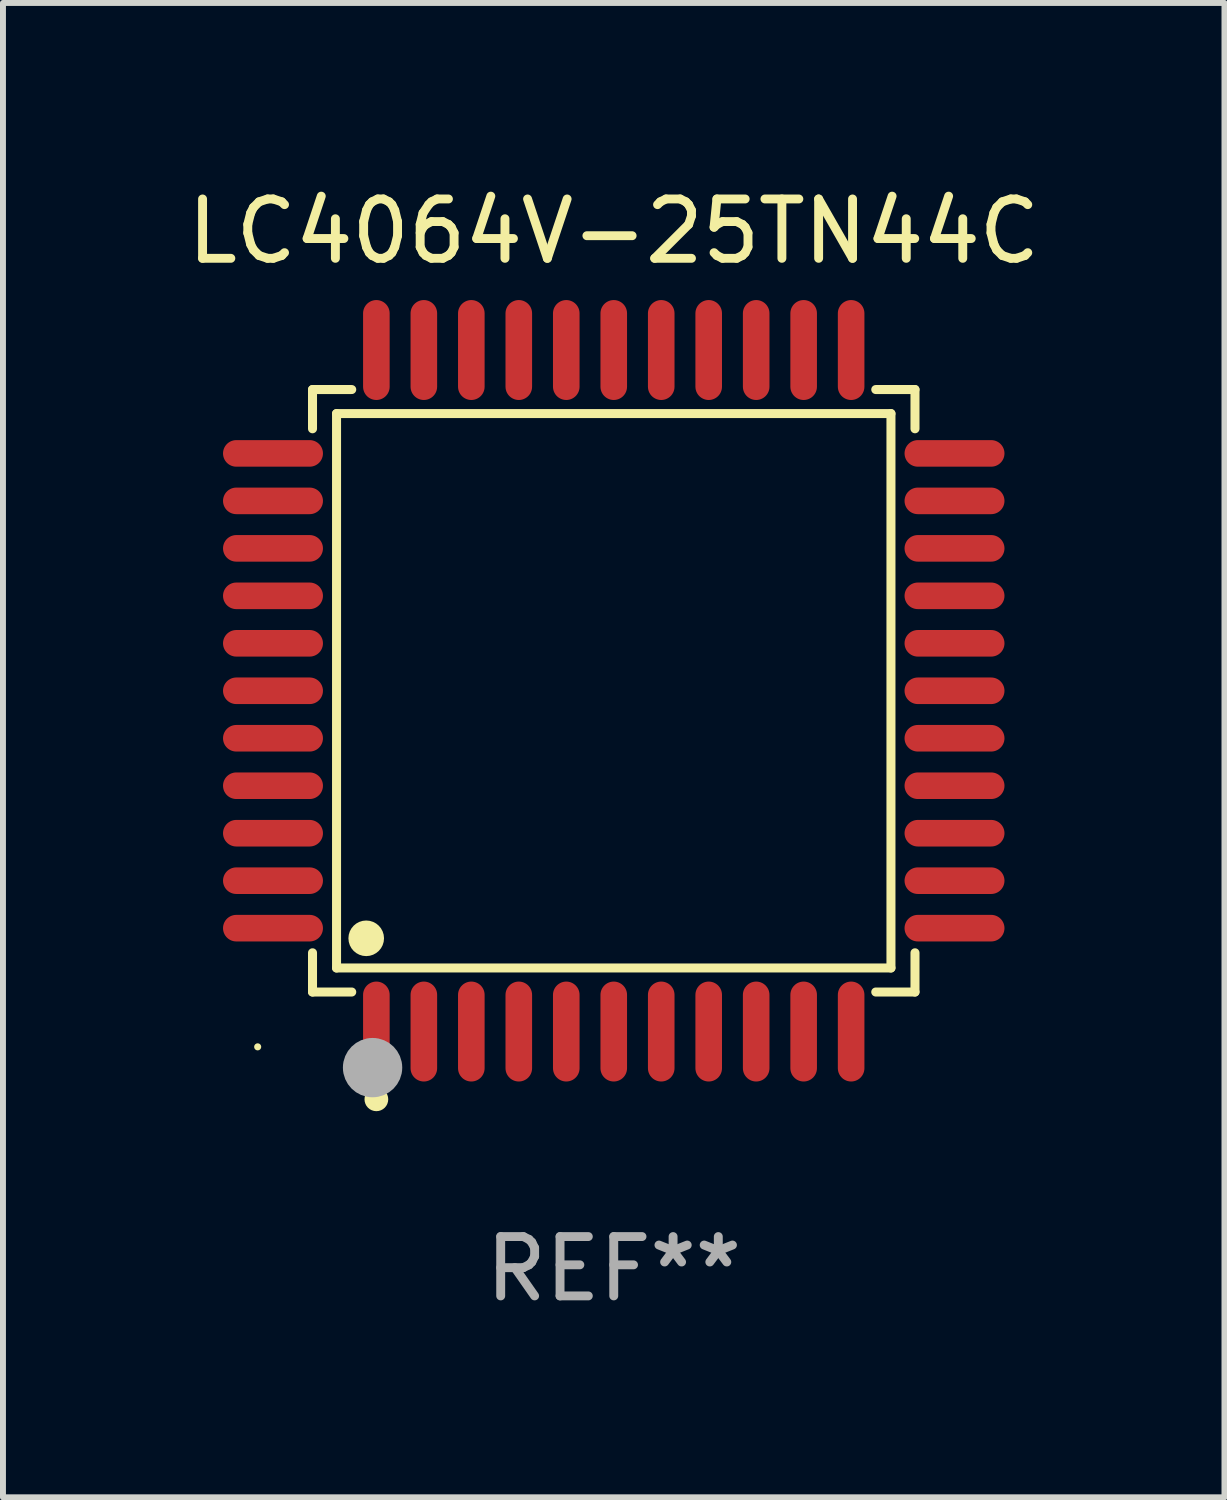
<source format=kicad_pcb>
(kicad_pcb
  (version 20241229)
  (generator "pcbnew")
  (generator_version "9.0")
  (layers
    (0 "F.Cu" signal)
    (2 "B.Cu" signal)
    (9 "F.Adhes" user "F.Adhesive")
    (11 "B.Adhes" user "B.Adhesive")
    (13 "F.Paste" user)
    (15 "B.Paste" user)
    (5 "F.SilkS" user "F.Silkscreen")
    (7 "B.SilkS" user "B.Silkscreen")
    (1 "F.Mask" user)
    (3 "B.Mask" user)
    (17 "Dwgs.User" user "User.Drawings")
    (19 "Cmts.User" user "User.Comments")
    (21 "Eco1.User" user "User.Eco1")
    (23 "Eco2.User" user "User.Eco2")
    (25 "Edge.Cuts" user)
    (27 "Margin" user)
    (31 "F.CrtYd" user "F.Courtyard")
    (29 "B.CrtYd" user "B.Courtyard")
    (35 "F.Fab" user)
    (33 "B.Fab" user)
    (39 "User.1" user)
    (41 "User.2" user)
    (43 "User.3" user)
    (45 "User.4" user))
  (footprint "LC4064V-25TN44C"
    (layer "F.Cu")
    (at 7.292 8.59)
    (property "Reference" "LC4064V-25TN44C" (at 0 -7.742 0) (layer "F.SilkS") (effects (font (size 1 1) (thickness 0.15))))
    (attr through_hole)
    (fp_line (start -5.076 -5.076) (end -4.415 -5.076) (stroke (width 0.152) (type solid)) (layer "F.SilkS"))
    (fp_line (start -5.076 -4.415) (end -5.076 -5.076) (stroke (width 0.152) (type solid)) (layer "F.SilkS"))
    (fp_line (start -5.076 4.415) (end -5.076 5.076) (stroke (width 0.152) (type solid)) (layer "F.SilkS"))
    (fp_line (start -5.076 5.076) (end -4.415 5.076) (stroke (width 0.152) (type solid)) (layer "F.SilkS"))
    (fp_line (start -4.671 -4.671) (end 4.671 -4.671) (stroke (width 0.152) (type solid)) (layer "F.SilkS"))
    (fp_line (start -4.671 4.671) (end -4.671 -4.671) (stroke (width 0.152) (type solid)) (layer "F.SilkS"))
    (fp_line (start 4.671 -4.671) (end 4.671 4.671) (stroke (width 0.152) (type solid)) (layer "F.SilkS"))
    (fp_line (start 4.671 4.671) (end -4.671 4.671) (stroke (width 0.152) (type solid)) (layer "F.SilkS"))
    (fp_line (start 5.076 -5.076) (end 4.415 -5.076) (stroke (width 0.152) (type solid)) (layer "F.SilkS"))
    (fp_line (start 5.076 -4.415) (end 5.076 -5.076) (stroke (width 0.152) (type solid)) (layer "F.SilkS"))
    (fp_line (start 5.076 4.415) (end 5.076 5.076) (stroke (width 0.152) (type solid)) (layer "F.SilkS"))
    (fp_line (start 5.076 5.076) (end 4.415 5.076) (stroke (width 0.152) (type solid)) (layer "F.SilkS"))
    (fp_circle (center -6 6) (end -5.97 6) (stroke (width 0.06) (type solid)) (fill no) (layer "F.SilkS"))
    (fp_circle (center -4.171 4.171) (end -4.021 4.171) (stroke (width 0.3) (type solid)) (fill no) (layer "F.SilkS"))
    (fp_circle (center -4 6.884) (end -3.9 6.884) (stroke (width 0.2) (type solid)) (fill no) (layer "F.SilkS"))
    (fp_circle (center -4.064 6.35) (end -3.814 6.35) (stroke (width 0.5) (type solid)) (fill no) (layer "F.Fab"))
    (fp_text user "REF**" (at 0 9.742 0) (layer "F.Fab") (effects (font (size 1 1) (thickness 0.15))))
    (pad "1" smd oval (at -4 5.742) (size 0.448 1.684) (layers "F.Cu" "F.Mask" "F.Paste"))
    (pad "2" smd oval (at -3.2 5.742) (size 0.448 1.684) (layers "F.Cu" "F.Mask" "F.Paste"))
    (pad "3" smd oval (at -2.4 5.742) (size 0.448 1.684) (layers "F.Cu" "F.Mask" "F.Paste"))
    (pad "4" smd oval (at -1.6 5.742) (size 0.448 1.684) (layers "F.Cu" "F.Mask" "F.Paste"))
    (pad "5" smd oval (at -0.8 5.742) (size 0.448 1.684) (layers "F.Cu" "F.Mask" "F.Paste"))
    (pad "6" smd oval (at 0 5.742) (size 0.448 1.684) (layers "F.Cu" "F.Mask" "F.Paste"))
    (pad "7" smd oval (at 0.8 5.742) (size 0.448 1.684) (layers "F.Cu" "F.Mask" "F.Paste"))
    (pad "8" smd oval (at 1.6 5.742) (size 0.448 1.684) (layers "F.Cu" "F.Mask" "F.Paste"))
    (pad "9" smd oval (at 2.4 5.742) (size 0.448 1.684) (layers "F.Cu" "F.Mask" "F.Paste"))
    (pad "10" smd oval (at 3.2 5.742) (size 0.448 1.684) (layers "F.Cu" "F.Mask" "F.Paste"))
    (pad "11" smd oval (at 4 5.742) (size 0.448 1.684) (layers "F.Cu" "F.Mask" "F.Paste"))
    (pad "12" smd oval (at 5.742 4) (size 1.684 0.448) (layers "F.Cu" "F.Mask" "F.Paste"))
    (pad "13" smd oval (at 5.742 3.2) (size 1.684 0.448) (layers "F.Cu" "F.Mask" "F.Paste"))
    (pad "14" smd oval (at 5.742 2.4) (size 1.684 0.448) (layers "F.Cu" "F.Mask" "F.Paste"))
    (pad "15" smd oval (at 5.742 1.6) (size 1.684 0.448) (layers "F.Cu" "F.Mask" "F.Paste"))
    (pad "16" smd oval (at 5.742 0.8) (size 1.684 0.448) (layers "F.Cu" "F.Mask" "F.Paste"))
    (pad "17" smd oval (at 5.742 0) (size 1.684 0.448) (layers "F.Cu" "F.Mask" "F.Paste"))
    (pad "18" smd oval (at 5.742 -0.8) (size 1.684 0.448) (layers "F.Cu" "F.Mask" "F.Paste"))
    (pad "19" smd oval (at 5.742 -1.6) (size 1.684 0.448) (layers "F.Cu" "F.Mask" "F.Paste"))
    (pad "20" smd oval (at 5.742 -2.4) (size 1.684 0.448) (layers "F.Cu" "F.Mask" "F.Paste"))
    (pad "21" smd oval (at 5.742 -3.2) (size 1.684 0.448) (layers "F.Cu" "F.Mask" "F.Paste"))
    (pad "22" smd oval (at 5.742 -4) (size 1.684 0.448) (layers "F.Cu" "F.Mask" "F.Paste"))
    (pad "23" smd oval (at 4 -5.742) (size 0.448 1.684) (layers "F.Cu" "F.Mask" "F.Paste"))
    (pad "24" smd oval (at 3.2 -5.742) (size 0.448 1.684) (layers "F.Cu" "F.Mask" "F.Paste"))
    (pad "25" smd oval (at 2.4 -5.742) (size 0.448 1.684) (layers "F.Cu" "F.Mask" "F.Paste"))
    (pad "26" smd oval (at 1.6 -5.742) (size 0.448 1.684) (layers "F.Cu" "F.Mask" "F.Paste"))
    (pad "27" smd oval (at 0.8 -5.742) (size 0.448 1.684) (layers "F.Cu" "F.Mask" "F.Paste"))
    (pad "28" smd oval (at 0 -5.742) (size 0.448 1.684) (layers "F.Cu" "F.Mask" "F.Paste"))
    (pad "29" smd oval (at -0.8 -5.742) (size 0.448 1.684) (layers "F.Cu" "F.Mask" "F.Paste"))
    (pad "30" smd oval (at -1.6 -5.742) (size 0.448 1.684) (layers "F.Cu" "F.Mask" "F.Paste"))
    (pad "31" smd oval (at -2.4 -5.742) (size 0.448 1.684) (layers "F.Cu" "F.Mask" "F.Paste"))
    (pad "32" smd oval (at -3.2 -5.742) (size 0.448 1.684) (layers "F.Cu" "F.Mask" "F.Paste"))
    (pad "33" smd oval (at -4 -5.742) (size 0.448 1.684) (layers "F.Cu" "F.Mask" "F.Paste"))
    (pad "34" smd oval (at -5.742 -4) (size 1.684 0.448) (layers "F.Cu" "F.Mask" "F.Paste"))
    (pad "35" smd oval (at -5.742 -3.2) (size 1.684 0.448) (layers "F.Cu" "F.Mask" "F.Paste"))
    (pad "36" smd oval (at -5.742 -2.4) (size 1.684 0.448) (layers "F.Cu" "F.Mask" "F.Paste"))
    (pad "37" smd oval (at -5.742 -1.6) (size 1.684 0.448) (layers "F.Cu" "F.Mask" "F.Paste"))
    (pad "38" smd oval (at -5.742 -0.8) (size 1.684 0.448) (layers "F.Cu" "F.Mask" "F.Paste"))
    (pad "39" smd oval (at -5.742 0) (size 1.684 0.448) (layers "F.Cu" "F.Mask" "F.Paste"))
    (pad "40" smd oval (at -5.742 0.8) (size 1.684 0.448) (layers "F.Cu" "F.Mask" "F.Paste"))
    (pad "41" smd oval (at -5.742 1.6) (size 1.684 0.448) (layers "F.Cu" "F.Mask" "F.Paste"))
    (pad "42" smd oval (at -5.742 2.4) (size 1.684 0.448) (layers "F.Cu" "F.Mask" "F.Paste"))
    (pad "43" smd oval (at -5.742 3.2) (size 1.684 0.448) (layers "F.Cu" "F.Mask" "F.Paste"))
    (pad "44" smd oval (at -5.742 4) (size 1.684 0.448) (layers "F.Cu" "F.Mask" "F.Paste")))
  (gr_rect
    (start -3 -3)
    (end 17.583 22.18)
    (stroke (width 0.1) (type default))
    (fill no)
    (layer "Edge.Cuts")))
</source>
